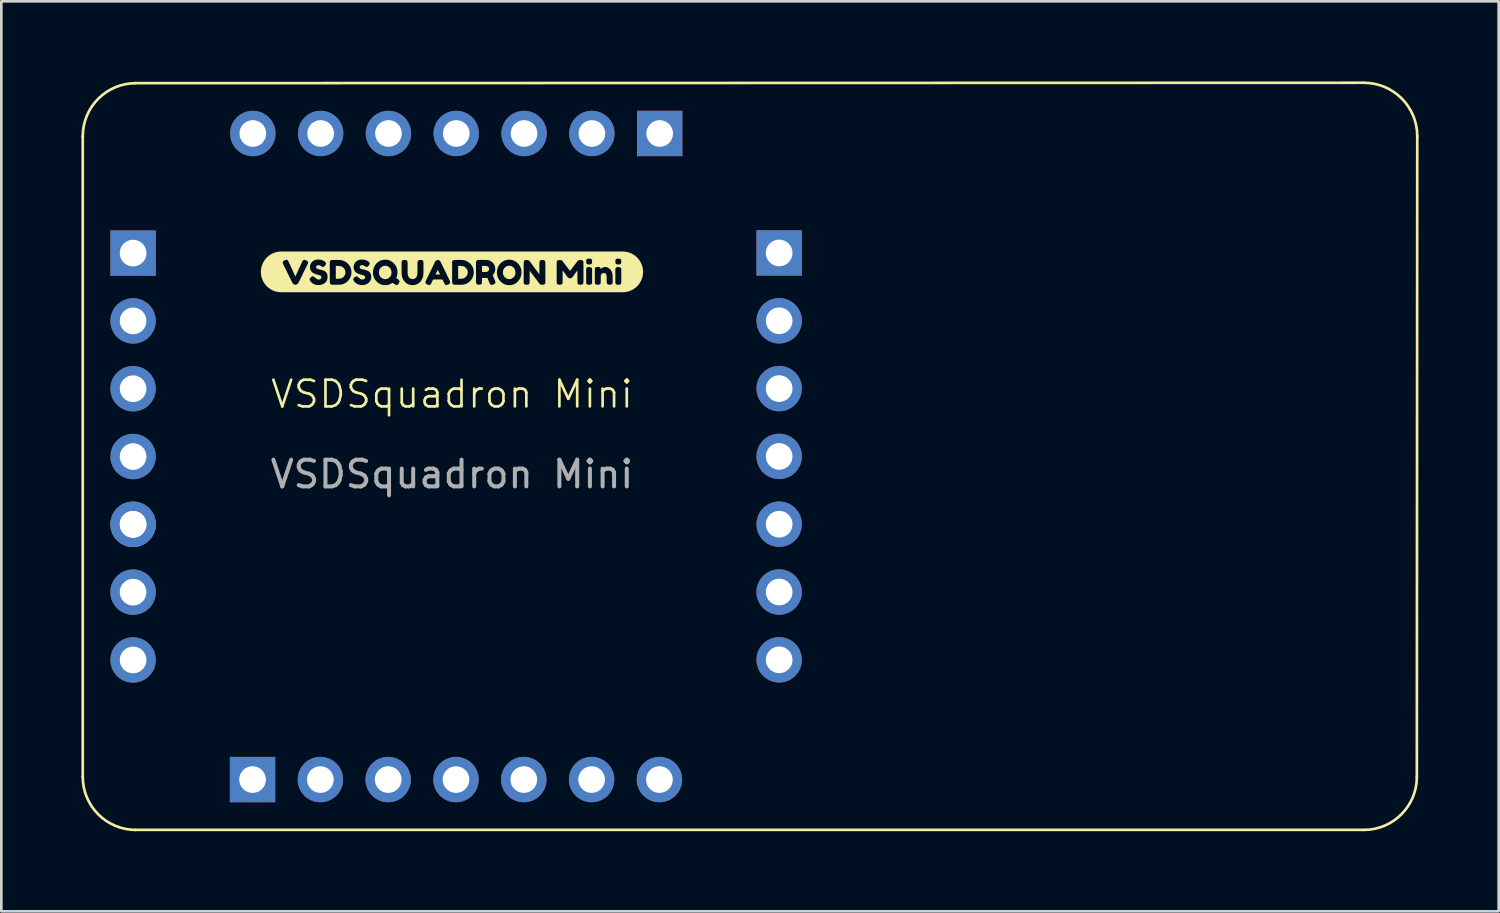
<source format=kicad_pcb>
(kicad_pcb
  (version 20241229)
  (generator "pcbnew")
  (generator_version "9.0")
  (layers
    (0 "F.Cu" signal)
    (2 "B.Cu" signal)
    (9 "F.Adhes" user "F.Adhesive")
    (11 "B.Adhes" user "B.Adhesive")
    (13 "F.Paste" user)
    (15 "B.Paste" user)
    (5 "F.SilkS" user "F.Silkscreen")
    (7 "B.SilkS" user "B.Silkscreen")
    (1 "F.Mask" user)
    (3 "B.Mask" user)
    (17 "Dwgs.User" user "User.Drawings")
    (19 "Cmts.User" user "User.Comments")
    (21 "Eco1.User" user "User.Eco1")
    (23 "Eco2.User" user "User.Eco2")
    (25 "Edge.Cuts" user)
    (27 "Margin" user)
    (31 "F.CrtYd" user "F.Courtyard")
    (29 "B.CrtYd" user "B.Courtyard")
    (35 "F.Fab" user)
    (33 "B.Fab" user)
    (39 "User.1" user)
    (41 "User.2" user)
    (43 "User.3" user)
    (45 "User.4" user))
  (footprint "VSDSquadron Mini"
    (layer "F.Cu")
    (at 13.879 12.214)
    (property "Reference" "VSDSquadron Mini" (at 0 -0.5 0) (unlocked yes) (layer "F.SilkS") (effects (font (size 1 1) (thickness 0.1))))
    (attr smd)
    (fp_line (start -13.829 -10.164) (end -13.829 13.836) (stroke (width 0.1) (type default)) (layer "F.SilkS"))
    (fp_line (start -11.844 15.821) (end 34.156 15.821) (stroke (width 0.1) (type default)) (layer "F.SilkS"))
    (fp_line (start 34.156 -12.164) (end -11.844 -12.149) (stroke (width 0.1) (type default)) (layer "F.SilkS"))
    (fp_line (start 36.141 13.836) (end 36.156 -10.164) (stroke (width 0.1) (type default)) (layer "F.SilkS"))
    (fp_arc (start -13.82851 -10.163567) (mid -13.247134 -11.567134) (end -11.843567 -12.14851) (stroke (width 0.1) (type default)) (layer "F.SilkS"))
    (fp_arc (start -11.843567 15.821376) (mid -13.247134 15.24) (end -13.82851 13.836433) (stroke (width 0.1) (type default)) (layer "F.SilkS"))
    (fp_arc (start 34.156433 -12.163567) (mid 35.570666 -11.5778) (end 36.156433 -10.163567) (stroke (width 0.1) (type default)) (layer "F.SilkS"))
    (fp_arc (start 36.141376 13.836433) (mid 35.560013 15.240033) (end 34.156433 15.821376) (stroke (width 0.1) (type default)) (layer "F.SilkS"))
    (fp_poly (pts (xy -0.531 -5.157) (xy -0.615 -4.983) (xy -0.446 -4.983) (xy -0.531 -5.157)) (stroke (width 0) (type solid)) (fill yes) (layer "F.SilkS"))
    (fp_poly (pts (xy 1.125 -5.078) (xy 1.288 -5.078) (xy 1.361 -5.106) (xy 1.398 -5.19) (xy 1.361 -5.274) (xy 1.285 -5.303) (xy 1.125 -5.303) (xy 1.125 -5.078)) (stroke (width 0) (type solid)) (fill yes) (layer "F.SilkS"))
    (fp_poly (pts (xy -4.229 -5.303) (xy -4.351 -5.303) (xy -4.351 -4.823) (xy -4.228 -4.823) (xy -4.141 -4.84) (xy -4.063 -4.891) (xy -4.007 -4.967) (xy -3.989 -5.062) (xy -4.007 -5.156) (xy -4.061 -5.234) (xy -4.139 -5.286) (xy -4.229 -5.303)) (stroke (width 0) (type solid)) (fill yes) (layer "F.SilkS"))
    (fp_poly (pts (xy 0.353 -5.303) (xy 0.231 -5.303) (xy 0.231 -4.823) (xy 0.354 -4.823) (xy 0.441 -4.84) (xy 0.519 -4.891) (xy 0.575 -4.967) (xy 0.593 -5.062) (xy 0.575 -5.156) (xy 0.521 -5.234) (xy 0.443 -5.286) (xy 0.353 -5.303)) (stroke (width 0) (type solid)) (fill yes) (layer "F.SilkS"))
    (fp_poly (pts (xy -2.736 -5.06) (xy -2.727 -4.99) (xy -2.703 -4.929) (xy -2.663 -4.877) (xy -2.585 -4.824) (xy -2.499 -4.806) (xy -2.414 -4.823) (xy -2.337 -4.875) (xy -2.297 -4.926) (xy -2.272 -4.987) (xy -2.264 -5.059) (xy -2.273 -5.131) (xy -2.297 -5.193) (xy -2.337 -5.244) (xy -2.415 -5.297) (xy -2.501 -5.314) (xy -2.586 -5.297) (xy -2.663 -5.244) (xy -2.703 -5.192) (xy -2.728 -5.131) (xy -2.736 -5.06)) (stroke (width 0) (type solid)) (fill yes) (layer "F.SilkS"))
    (fp_poly (pts (xy 1.908 -5.06) (xy 1.916 -4.99) (xy 1.94 -4.929) (xy 1.981 -4.877) (xy 2.058 -4.824) (xy 2.144 -4.806) (xy 2.229 -4.823) (xy 2.306 -4.875) (xy 2.347 -4.926) (xy 2.371 -4.987) (xy 2.379 -5.059) (xy 2.371 -5.131) (xy 2.346 -5.193) (xy 2.306 -5.244) (xy 2.228 -5.297) (xy 2.142 -5.314) (xy 2.057 -5.297) (xy 1.98 -5.244) (xy 1.94 -5.192) (xy 1.916 -5.131) (xy 1.908 -5.06)) (stroke (width 0) (type solid)) (fill yes) (layer "F.SilkS"))
    (fp_poly (pts (xy -6.342 -5.843) (xy -6.395 -5.843) (xy -6.47 -5.839) (xy -6.544 -5.828) (xy -6.617 -5.81) (xy -6.687 -5.785) (xy -6.755 -5.753) (xy -6.819 -5.714) (xy -6.879 -5.67) (xy -6.935 -5.62) (xy -6.985 -5.564) (xy -7.03 -5.504) (xy -7.068 -5.44) (xy -7.1 -5.372) (xy -7.125 -5.302) (xy -7.144 -5.229) (xy -7.155 -5.155) (xy -7.158 -5.08) (xy -7.155 -5.005) (xy -7.144 -4.931) (xy -7.125 -4.858) (xy -7.1 -4.788) (xy -7.068 -4.72) (xy -7.03 -4.656) (xy -6.985 -4.596) (xy -6.935 -4.54) (xy -6.879 -4.49) (xy -6.819 -4.446) (xy -6.755 -4.407) (xy -6.687 -4.375) (xy -6.617 -4.35) (xy -6.544 -4.332) (xy -6.47 -4.321) (xy -6.395 -4.317) (xy -6.342 -4.317) (xy -5.857 -4.317) (xy -5.857 -4.598) (xy -5.87 -4.598) (xy -5.93 -4.615) (xy -5.973 -4.66) (xy -6.323 -5.371) (xy -6.342 -5.432) (xy -6.324 -5.475) (xy -6.267 -5.514) (xy -6.203 -5.535) (xy -6.17 -5.53) (xy -6.148 -5.512) (xy -6.127 -5.479) (xy -6.11 -5.443) (xy -6.078 -5.373) (xy -6.037 -5.284) (xy -5.994 -5.189) (xy -5.95 -5.093) (xy -5.909 -5.004) (xy -5.877 -4.936) (xy -5.864 -4.907) (xy -5.61 -5.463) (xy -5.592 -5.501) (xy -5.536 -5.535) (xy -5.461 -5.514) (xy -5.405 -5.475) (xy -5.386 -5.432) (xy -5.405 -5.371) (xy -5.756 -4.66) (xy -5.798 -4.615) (xy -5.857 -4.598) (xy -5.857 -4.317) (xy -4.997 -4.317) (xy -4.997 -4.584) (xy -5.056 -4.588) (xy -5.11 -4.599) (xy -5.197 -4.635) (xy -5.254 -4.675) (xy -5.291 -4.714) (xy -5.302 -4.728) (xy -5.335 -4.801) (xy -5.322 -4.838) (xy -5.281 -4.886) (xy -5.213 -4.917) (xy -5.171 -4.901) (xy -5.114 -4.853) (xy -5.063 -4.812) (xy -5.003 -4.792) (xy -4.937 -4.803) (xy -4.898 -4.835) (xy -4.884 -4.889) (xy -4.917 -4.938) (xy -4.997 -4.966) (xy -5.048 -4.978) (xy -5.102 -4.995) (xy -5.156 -5.016) (xy -5.206 -5.041) (xy -5.25 -5.076) (xy -5.286 -5.126) (xy -5.311 -5.189) (xy -5.319 -5.265) (xy -5.31 -5.336) (xy -5.282 -5.401) (xy -5.236 -5.46) (xy -5.173 -5.506) (xy -5.098 -5.534) (xy -5.009 -5.543) (xy -4.936 -5.538) (xy -4.87 -5.523) (xy -4.783 -5.483) (xy -4.751 -5.459) (xy -4.712 -5.397) (xy -4.742 -5.327) (xy -4.786 -5.279) (xy -4.831 -5.264) (xy -4.897 -5.289) (xy -4.912 -5.302) (xy -4.931 -5.318) (xy -4.999 -5.335) (xy -5.068 -5.315) (xy -5.095 -5.26) (xy -5.063 -5.204) (xy -4.982 -5.175) (xy -4.932 -5.165) (xy -4.877 -5.151) (xy -4.822 -5.133) (xy -4.771 -5.112) (xy -4.727 -5.081) (xy -4.691 -5.033) (xy -4.666 -4.97) (xy -4.658 -4.894) (xy -4.667 -4.816) (xy -4.691 -4.749) (xy -4.729 -4.693) (xy -4.778 -4.651) (xy -4.848 -4.614) (xy -4.921 -4.592) (xy -4.997 -4.584) (xy -4.997 -4.317) (xy -4.232 -4.317) (xy -4.232 -4.598) (xy -4.464 -4.598) (xy -4.527 -4.606) (xy -4.561 -4.63) (xy -4.576 -4.711) (xy -4.576 -5.417) (xy -4.574 -5.462) (xy -4.562 -5.495) (xy -4.528 -5.52) (xy -4.463 -5.529) (xy -4.228 -5.528) (xy -4.139 -5.519) (xy -4.055 -5.494) (xy -3.977 -5.453) (xy -3.904 -5.395) (xy -3.843 -5.325) (xy -3.799 -5.247) (xy -3.773 -5.162) (xy -3.764 -5.069) (xy -3.773 -4.975) (xy -3.798 -4.889) (xy -3.841 -4.809) (xy -3.901 -4.736) (xy -3.973 -4.676) (xy -4.052 -4.633) (xy -4.138 -4.607) (xy -4.232 -4.598) (xy -4.232 -4.317) (xy -3.363 -4.317) (xy -3.363 -4.584) (xy -3.421 -4.588) (xy -3.476 -4.599) (xy -3.562 -4.635) (xy -3.619 -4.675) (xy -3.656 -4.714) (xy -3.668 -4.728) (xy -3.701 -4.801) (xy -3.687 -4.838) (xy -3.646 -4.886) (xy -3.579 -4.917) (xy -3.536 -4.901) (xy -3.48 -4.853) (xy -3.429 -4.812) (xy -3.368 -4.792) (xy -3.302 -4.803) (xy -3.263 -4.835) (xy -3.25 -4.889) (xy -3.282 -4.938) (xy -3.363 -4.966) (xy -3.413 -4.978) (xy -3.467 -4.995) (xy -3.521 -5.016) (xy -3.571 -5.041) (xy -3.616 -5.076) (xy -3.652 -5.126) (xy -3.676 -5.189) (xy -3.684 -5.265) (xy -3.675 -5.336) (xy -3.647 -5.401) (xy -3.601 -5.46) (xy -3.539 -5.506) (xy -3.463 -5.534) (xy -3.374 -5.543) (xy -3.302 -5.538) (xy -3.235 -5.523) (xy -3.148 -5.483) (xy -3.117 -5.459) (xy -3.077 -5.397) (xy -3.108 -5.327) (xy -3.152 -5.279) (xy -3.197 -5.264) (xy -3.263 -5.289) (xy -3.277 -5.302) (xy -3.297 -5.318) (xy -3.365 -5.335) (xy -3.433 -5.315) (xy -3.461 -5.26) (xy -3.428 -5.204) (xy -3.348 -5.175) (xy -3.297 -5.165) (xy -3.242 -5.151) (xy -3.187 -5.133) (xy -3.137 -5.112) (xy -3.093 -5.081) (xy -3.056 -5.033) (xy -3.032 -4.97) (xy -3.024 -4.894) (xy -3.032 -4.816) (xy -3.057 -4.749) (xy -3.095 -4.693) (xy -3.143 -4.651) (xy -3.213 -4.614) (xy -3.287 -4.592) (xy -3.363 -4.584) (xy -3.363 -4.317) (xy -2.493 -4.317) (xy -2.493 -4.582) (xy -2.588 -4.59) (xy -2.674 -4.616) (xy -2.754 -4.66) (xy -2.825 -4.721) (xy -2.884 -4.794) (xy -2.927 -4.874) (xy -2.952 -4.961) (xy -2.96 -5.054) (xy -2.951 -5.156) (xy -2.922 -5.251) (xy -2.878 -5.336) (xy -2.821 -5.406) (xy -2.752 -5.461) (xy -2.675 -5.504) (xy -2.591 -5.53) (xy -2.504 -5.539) (xy -2.414 -5.531) (xy -2.329 -5.505) (xy -2.25 -5.463) (xy -2.178 -5.403) (xy -2.117 -5.331) (xy -2.074 -5.249) (xy -2.048 -5.159) (xy -2.04 -5.059) (xy -2.045 -4.989) (xy -2.061 -4.919) (xy -2.087 -4.849) (xy -2.003 -4.792) (xy -1.957 -4.727) (xy -1.995 -4.64) (xy -2.034 -4.598) (xy -2.073 -4.584) (xy -2.146 -4.618) (xy -2.182 -4.642) (xy -2.228 -4.673) (xy -2.31 -4.622) (xy -2.398 -4.592) (xy -2.493 -4.582) (xy -2.493 -4.317) (xy -1.479 -4.317) (xy -1.479 -4.582) (xy -1.572 -4.592) (xy -1.655 -4.622) (xy -1.727 -4.669) (xy -1.784 -4.729) (xy -1.829 -4.798) (xy -1.862 -4.872) (xy -1.881 -4.951) (xy -1.887 -5.034) (xy -1.887 -5.416) (xy -1.885 -5.461) (xy -1.873 -5.495) (xy -1.839 -5.521) (xy -1.774 -5.529) (xy -1.709 -5.521) (xy -1.676 -5.495) (xy -1.661 -5.415) (xy -1.661 -5.034) (xy -1.652 -4.958) (xy -1.623 -4.886) (xy -1.566 -4.829) (xy -1.476 -4.808) (xy -1.395 -4.825) (xy -1.337 -4.876) (xy -1.303 -4.95) (xy -1.292 -5.035) (xy -1.292 -5.424) (xy -1.279 -5.493) (xy -1.242 -5.521) (xy -1.182 -5.529) (xy -1.124 -5.523) (xy -1.091 -5.507) (xy -1.074 -5.481) (xy -1.067 -5.415) (xy -1.067 -5.031) (xy -1.073 -4.949) (xy -1.093 -4.871) (xy -1.125 -4.797) (xy -1.171 -4.726) (xy -1.229 -4.668) (xy -1.302 -4.622) (xy -1.386 -4.592) (xy -1.479 -4.582) (xy -1.479 -4.317) (xy -0.205 -4.317) (xy -0.205 -4.584) (xy -0.246 -4.595) (xy -0.269 -4.62) (xy -0.288 -4.658) (xy -0.354 -4.795) (xy -0.706 -4.795) (xy -0.772 -4.658) (xy -0.792 -4.621) (xy -0.815 -4.597) (xy -0.855 -4.585) (xy -0.923 -4.607) (xy -0.979 -4.645) (xy -0.997 -4.688) (xy -0.975 -4.753) (xy -0.632 -5.463) (xy -0.59 -5.51) (xy -0.53 -5.528) (xy -0.47 -5.511) (xy -0.428 -5.462) (xy -0.085 -4.753) (xy -0.064 -4.688) (xy -0.082 -4.645) (xy -0.137 -4.606) (xy -0.205 -4.584) (xy -0.205 -4.317) (xy 0.351 -4.317) (xy 0.351 -4.598) (xy 0.118 -4.598) (xy 0.055 -4.606) (xy 0.022 -4.63) (xy 0.006 -4.711) (xy 0.006 -5.417) (xy 0.008 -5.462) (xy 0.02 -5.495) (xy 0.054 -5.52) (xy 0.119 -5.529) (xy 0.354 -5.528) (xy 0.444 -5.519) (xy 0.527 -5.494) (xy 0.606 -5.453) (xy 0.678 -5.395) (xy 0.739 -5.325) (xy 0.783 -5.247) (xy 0.809 -5.162) (xy 0.818 -5.069) (xy 0.809 -4.975) (xy 0.784 -4.889) (xy 0.741 -4.809) (xy 0.681 -4.736) (xy 0.609 -4.676) (xy 0.53 -4.633) (xy 0.444 -4.607) (xy 0.351 -4.598) (xy 0.351 -4.317) (xy 1.488 -4.317) (xy 1.488 -4.589) (xy 1.447 -4.601) (xy 1.424 -4.626) (xy 1.407 -4.662) (xy 1.374 -4.739) (xy 1.325 -4.856) (xy 1.285 -4.853) (xy 1.125 -4.853) (xy 1.125 -4.71) (xy 1.123 -4.666) (xy 1.111 -4.632) (xy 1.078 -4.607) (xy 1.012 -4.598) (xy 0.942 -4.61) (xy 0.908 -4.645) (xy 0.9 -4.711) (xy 0.9 -5.416) (xy 0.902 -5.46) (xy 0.914 -5.493) (xy 0.948 -5.519) (xy 1.013 -5.528) (xy 1.288 -5.528) (xy 1.362 -5.519) (xy 1.434 -5.492) (xy 1.505 -5.446) (xy 1.551 -5.4) (xy 1.589 -5.34) (xy 1.614 -5.269) (xy 1.622 -5.19) (xy 1.611 -5.1) (xy 1.579 -5.021) (xy 1.527 -4.954) (xy 1.549 -4.902) (xy 1.577 -4.835) (xy 1.613 -4.754) (xy 1.632 -4.688) (xy 1.612 -4.644) (xy 1.553 -4.607) (xy 1.488 -4.589) (xy 1.488 -4.317) (xy 2.146 -4.317) (xy 2.146 -4.582) (xy 2.053 -4.59) (xy 1.968 -4.616) (xy 1.889 -4.66) (xy 1.818 -4.721) (xy 1.759 -4.794) (xy 1.717 -4.874) (xy 1.691 -4.961) (xy 1.683 -5.054) (xy 1.692 -5.156) (xy 1.721 -5.251) (xy 1.765 -5.336) (xy 1.822 -5.406) (xy 1.891 -5.461) (xy 1.968 -5.504) (xy 2.052 -5.53) (xy 2.139 -5.539) (xy 2.23 -5.531) (xy 2.314 -5.505) (xy 2.393 -5.463) (xy 2.465 -5.403) (xy 2.526 -5.331) (xy 2.569 -5.251) (xy 2.595 -5.163) (xy 2.603 -5.066) (xy 2.595 -4.969) (xy 2.57 -4.88) (xy 2.529 -4.798) (xy 2.471 -4.723) (xy 2.402 -4.661) (xy 2.324 -4.617) (xy 2.239 -4.59) (xy 2.146 -4.582) (xy 2.146 -4.317) (xy 3.386 -4.317) (xy 3.386 -4.597) (xy 3.317 -4.604) (xy 3.285 -4.629) (xy 3.196 -4.748) (xy 3.117 -4.853) (xy 3.049 -4.943) (xy 2.991 -5.019) (xy 2.945 -5.08) (xy 2.91 -5.126) (xy 2.91 -4.709) (xy 2.908 -4.664) (xy 2.896 -4.631) (xy 2.862 -4.605) (xy 2.797 -4.597) (xy 2.733 -4.605) (xy 2.7 -4.631) (xy 2.688 -4.665) (xy 2.686 -4.71) (xy 2.686 -5.418) (xy 2.698 -5.489) (xy 2.734 -5.519) (xy 2.797 -5.526) (xy 2.857 -5.519) (xy 2.888 -5.504) (xy 2.917 -5.471) (xy 3.002 -5.356) (xy 3.076 -5.255) (xy 3.141 -5.168) (xy 3.195 -5.095) (xy 3.24 -5.035) (xy 3.275 -4.989) (xy 3.275 -5.418) (xy 3.287 -5.489) (xy 3.324 -5.519) (xy 3.384 -5.526) (xy 3.442 -5.52) (xy 3.475 -5.505) (xy 3.491 -5.478) (xy 3.499 -5.413) (xy 3.499 -4.709) (xy 3.497 -4.664) (xy 3.485 -4.631) (xy 3.451 -4.605) (xy 3.386 -4.597) (xy 3.386 -4.317) (xy 4.816 -4.317) (xy 4.816 -4.598) (xy 4.757 -4.604) (xy 4.724 -4.62) (xy 4.707 -4.645) (xy 4.7 -4.711) (xy 4.7 -5.137) (xy 4.661 -5.086) (xy 4.608 -5.011) (xy 4.558 -4.942) (xy 4.53 -4.904) (xy 4.507 -4.874) (xy 4.476 -4.851) (xy 4.423 -4.837) (xy 4.371 -4.85) (xy 4.337 -4.876) (xy 4.327 -4.89) (xy 4.289 -4.94) (xy 4.227 -5.025) (xy 4.169 -5.105) (xy 4.145 -5.137) (xy 4.145 -4.709) (xy 4.143 -4.665) (xy 4.131 -4.632) (xy 4.097 -4.607) (xy 4.032 -4.598) (xy 3.969 -4.607) (xy 3.936 -4.632) (xy 3.924 -4.665) (xy 3.922 -4.711) (xy 3.922 -5.416) (xy 3.924 -5.46) (xy 3.936 -5.493) (xy 3.97 -5.518) (xy 4.035 -5.526) (xy 4.094 -5.518) (xy 4.126 -5.501) (xy 4.134 -5.493) (xy 4.422 -5.115) (xy 4.503 -5.221) (xy 4.572 -5.312) (xy 4.63 -5.388) (xy 4.676 -5.448) (xy 4.71 -5.492) (xy 4.747 -5.518) (xy 4.813 -5.526) (xy 4.878 -5.518) (xy 4.911 -5.492) (xy 4.923 -5.458) (xy 4.925 -5.413) (xy 4.925 -4.709) (xy 4.913 -4.639) (xy 4.877 -4.606) (xy 4.816 -4.598) (xy 4.816 -4.317) (xy 5.137 -4.317) (xy 5.137 -4.597) (xy 5.073 -4.605) (xy 5.039 -4.631) (xy 5.029 -4.664) (xy 5.027 -4.709) (xy 5.027 -5.154) (xy 5.029 -5.198) (xy 5.039 -5.232) (xy 5.073 -5.257) (xy 5.138 -5.265) (xy 5.138 -5.356) (xy 5.074 -5.364) (xy 5.04 -5.391) (xy 5.029 -5.424) (xy 5.027 -5.468) (xy 5.029 -5.512) (xy 5.039 -5.544) (xy 5.073 -5.57) (xy 5.138 -5.578) (xy 5.203 -5.57) (xy 5.235 -5.544) (xy 5.247 -5.511) (xy 5.249 -5.467) (xy 5.247 -5.423) (xy 5.236 -5.39) (xy 5.202 -5.364) (xy 5.138 -5.356) (xy 5.138 -5.265) (xy 5.138 -5.265) (xy 5.225 -5.243) (xy 5.248 -5.189) (xy 5.249 -5.152) (xy 5.249 -4.707) (xy 5.247 -4.663) (xy 5.235 -4.63) (xy 5.202 -4.605) (xy 5.137 -4.597) (xy 5.137 -4.317) (xy 5.907 -4.317) (xy 5.907 -4.598) (xy 5.836 -4.61) (xy 5.803 -4.645) (xy 5.795 -4.71) (xy 5.795 -4.933) (xy 5.765 -5.015) (xy 5.685 -5.044) (xy 5.604 -5.013) (xy 5.573 -4.933) (xy 5.573 -4.709) (xy 5.571 -4.665) (xy 5.559 -4.632) (xy 5.526 -4.607) (xy 5.461 -4.598) (xy 5.397 -4.607) (xy 5.363 -4.632) (xy 5.352 -4.666) (xy 5.351 -4.71) (xy 5.351 -5.159) (xy 5.352 -5.202) (xy 5.364 -5.234) (xy 5.398 -5.258) (xy 5.462 -5.266) (xy 5.525 -5.259) (xy 5.558 -5.237) (xy 5.57 -5.185) (xy 5.593 -5.21) (xy 5.627 -5.237) (xy 5.723 -5.266) (xy 5.803 -5.255) (xy 5.873 -5.223) (xy 5.934 -5.169) (xy 5.981 -5.099) (xy 6.009 -5.02) (xy 6.019 -4.932) (xy 6.019 -4.709) (xy 6.017 -4.665) (xy 6.006 -4.632) (xy 5.972 -4.607) (xy 5.907 -4.598) (xy 5.907 -4.317) (xy 6.231 -4.317) (xy 6.231 -4.597) (xy 6.166 -4.605) (xy 6.133 -4.631) (xy 6.122 -4.664) (xy 6.12 -4.709) (xy 6.12 -5.154) (xy 6.122 -5.198) (xy 6.133 -5.232) (xy 6.166 -5.257) (xy 6.231 -5.265) (xy 6.231 -5.356) (xy 6.167 -5.364) (xy 6.133 -5.391) (xy 6.122 -5.424) (xy 6.12 -5.468) (xy 6.122 -5.512) (xy 6.133 -5.544) (xy 6.166 -5.57) (xy 6.232 -5.578) (xy 6.296 -5.57) (xy 6.328 -5.544) (xy 6.34 -5.511) (xy 6.342 -5.467) (xy 6.34 -5.423) (xy 6.329 -5.39) (xy 6.295 -5.364) (xy 6.231 -5.356) (xy 6.231 -5.265) (xy 6.232 -5.265) (xy 6.318 -5.243) (xy 6.341 -5.189) (xy 6.342 -5.152) (xy 6.342 -4.707) (xy 6.34 -4.663) (xy 6.328 -4.63) (xy 6.296 -4.605) (xy 6.231 -4.597) (xy 6.231 -4.317) (xy 6.342 -4.317) (xy 6.395 -4.317) (xy 6.47 -4.321) (xy 6.544 -4.332) (xy 6.617 -4.35) (xy 6.687 -4.375) (xy 6.755 -4.407) (xy 6.819 -4.446) (xy 6.879 -4.49) (xy 6.935 -4.54) (xy 6.985 -4.596) (xy 7.03 -4.656) (xy 7.068 -4.72) (xy 7.1 -4.788) (xy 7.125 -4.858) (xy 7.144 -4.931) (xy 7.155 -5.005) (xy 7.158 -5.08) (xy 7.155 -5.155) (xy 7.144 -5.229) (xy 7.125 -5.302) (xy 7.1 -5.372) (xy 7.068 -5.44) (xy 7.03 -5.504) (xy 6.985 -5.564) (xy 6.935 -5.62) (xy 6.879 -5.67) (xy 6.819 -5.714) (xy 6.755 -5.753) (xy 6.687 -5.785) (xy 6.617 -5.81) (xy 6.544 -5.828) (xy 6.47 -5.839) (xy 6.395 -5.843) (xy 6.342 -5.843) (xy -6.342 -5.843)) (stroke (width 0) (type solid)) (fill yes) (layer "F.SilkS"))
    (fp_text user "${REFERENCE}" (at 0 2.5 0) (unlocked yes) (layer "F.Fab") (effects (font (size 1 1) (thickness 0.15))))
    (pad "1" thru_hole rect (at -11.944 -5.784) (size 1.7 1.7) (drill 1) (layers "*.Cu" "*.Mask"))
    (pad "2" thru_hole oval (at -11.944 -3.244) (size 1.7 1.7) (drill 1) (layers "*.Cu" "*.Mask"))
    (pad "3" thru_hole oval (at -11.944 -0.704) (size 1.7 1.7) (drill 1) (layers "*.Cu" "*.Mask"))
    (pad "4" thru_hole oval (at -11.944 1.836) (size 1.7 1.7) (drill 1) (layers "*.Cu" "*.Mask"))
    (pad "5" thru_hole oval (at -11.944 4.376) (size 1.7 1.7) (drill 1) (layers "*.Cu" "*.Mask"))
    (pad "5" thru_hole oval (at -11.944 4.376) (size 1.7 1.7) (drill 1) (layers "*.Cu" "*.Mask"))
    (pad "6" thru_hole oval (at -11.944 6.916) (size 1.7 1.7) (drill 1) (layers "*.Cu" "*.Mask"))
    (pad "7" thru_hole oval (at -11.944 9.456) (size 1.7 1.7) (drill 1) (layers "*.Cu" "*.Mask"))
    (pad "8" thru_hole rect (at -7.469 13.936 90) (size 1.7 1.7) (drill 1) (layers "*.Cu" "*.Mask"))
    (pad "9" thru_hole oval (at -4.929 13.936 90) (size 1.7 1.7) (drill 1) (layers "*.Cu" "*.Mask"))
    (pad "10" thru_hole oval (at -2.389 13.936 90) (size 1.7 1.7) (drill 1) (layers "*.Cu" "*.Mask"))
    (pad "11" thru_hole oval (at 0.151 13.936 90) (size 1.7 1.7) (drill 1) (layers "*.Cu" "*.Mask"))
    (pad "12" thru_hole oval (at 2.691 13.936 90) (size 1.7 1.7) (drill 1) (layers "*.Cu" "*.Mask"))
    (pad "13" thru_hole oval (at 5.231 13.936 90) (size 1.7 1.7) (drill 1) (layers "*.Cu" "*.Mask"))
    (pad "14" thru_hole oval (at 7.771 13.936 90) (size 1.7 1.7) (drill 1) (layers "*.Cu" "*.Mask"))
    (pad "15" thru_hole oval (at 12.256 9.451) (size 1.7 1.7) (drill 1) (layers "*.Cu" "*.Mask"))
    (pad "16" thru_hole oval (at 12.256 6.911) (size 1.7 1.7) (drill 1) (layers "*.Cu" "*.Mask"))
    (pad "17" thru_hole oval (at 12.256 4.371) (size 1.7 1.7) (drill 1) (layers "*.Cu" "*.Mask"))
    (pad "18" thru_hole oval (at 12.256 1.831) (size 1.7 1.7) (drill 1) (layers "*.Cu" "*.Mask"))
    (pad "19" thru_hole oval (at 12.256 -0.709) (size 1.7 1.7) (drill 1) (layers "*.Cu" "*.Mask"))
    (pad "20" thru_hole oval (at 12.256 -3.249) (size 1.7 1.7) (drill 1) (layers "*.Cu" "*.Mask"))
    (pad "21" thru_hole rect (at 12.256 -5.789) (size 1.7 1.7) (drill 1) (layers "*.Cu" "*.Mask"))
    (pad "22" thru_hole rect (at 7.781 -10.264 270) (size 1.7 1.7) (drill 1) (layers "*.Cu" "*.Mask"))
    (pad "23" thru_hole oval (at 5.241 -10.264 270) (size 1.7 1.7) (drill 1) (layers "*.Cu" "*.Mask"))
    (pad "24" thru_hole oval (at 2.701 -10.264 270) (size 1.7 1.7) (drill 1) (layers "*.Cu" "*.Mask"))
    (pad "25" thru_hole oval (at 0.161 -10.264 270) (size 1.7 1.7) (drill 1) (layers "*.Cu" "*.Mask"))
    (pad "26" thru_hole oval (at -2.379 -10.264 270) (size 1.7 1.7) (drill 1) (layers "*.Cu" "*.Mask"))
    (pad "27" thru_hole oval (at -4.919 -10.264 270) (size 1.7 1.7) (drill 1) (layers "*.Cu" "*.Mask"))
    (pad "28" thru_hole oval (at -7.459 -10.264 270) (size 1.7 1.7) (drill 1) (layers "*.Cu" "*.Mask")))
  (gr_rect
    (start -3 -3)
    (end 53.085 31.085)
    (stroke (width 0.1) (type default))
    (fill no)
    (layer "Edge.Cuts")))
</source>
